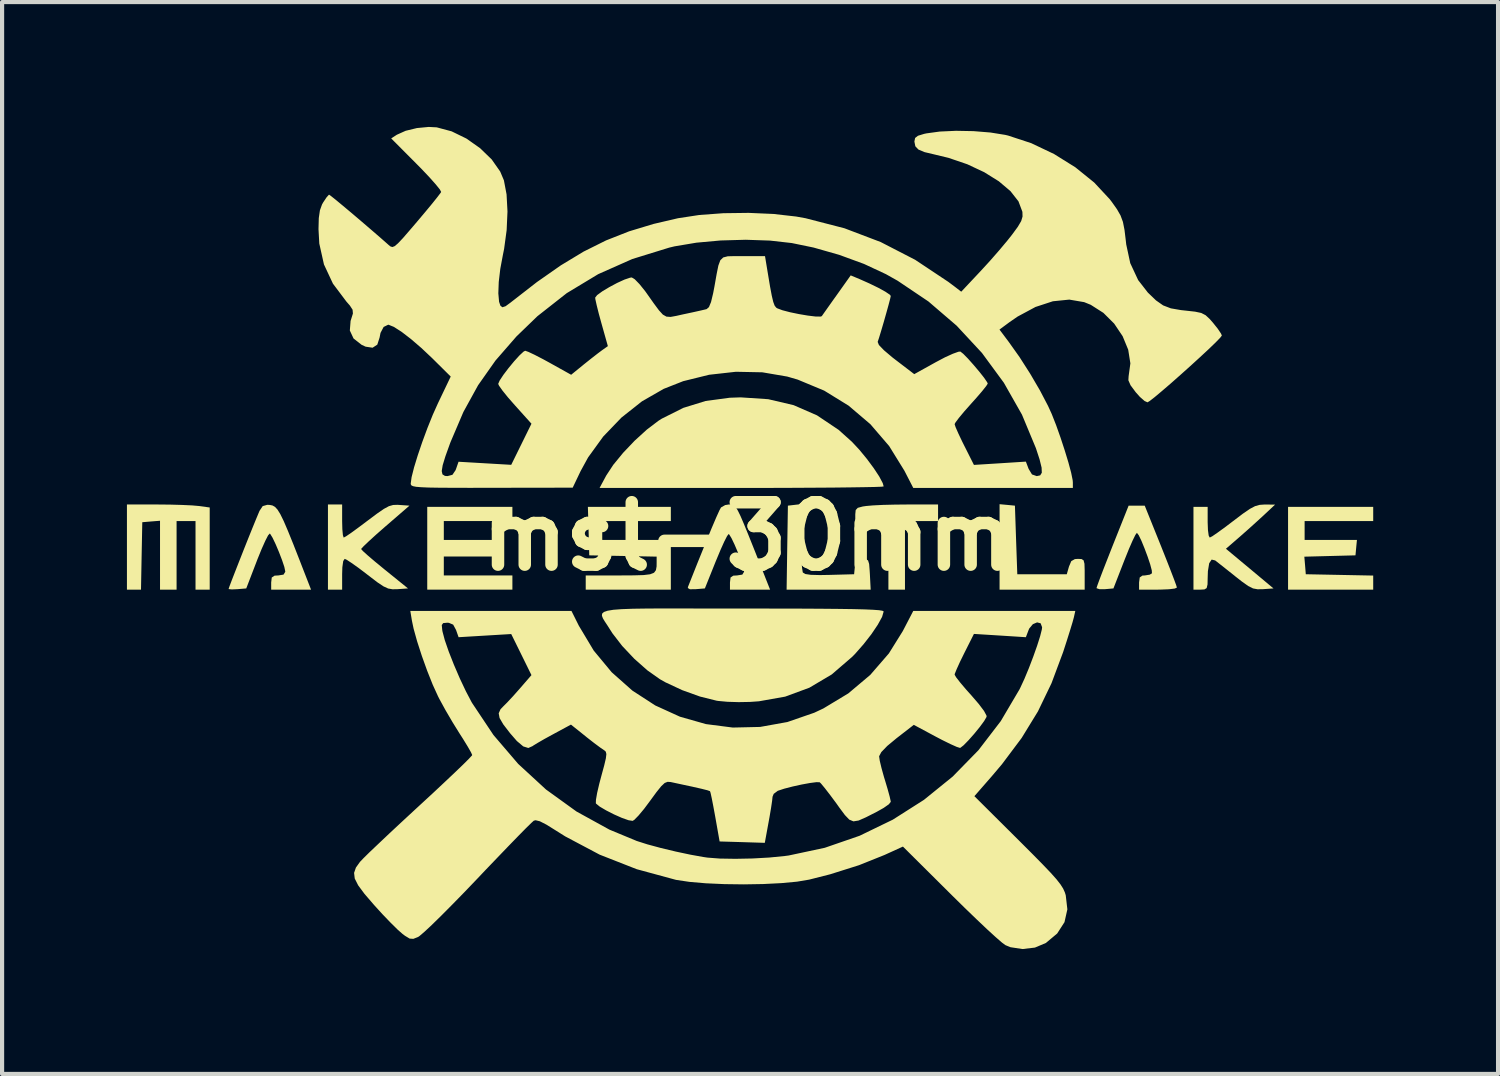
<source format=kicad_pcb>
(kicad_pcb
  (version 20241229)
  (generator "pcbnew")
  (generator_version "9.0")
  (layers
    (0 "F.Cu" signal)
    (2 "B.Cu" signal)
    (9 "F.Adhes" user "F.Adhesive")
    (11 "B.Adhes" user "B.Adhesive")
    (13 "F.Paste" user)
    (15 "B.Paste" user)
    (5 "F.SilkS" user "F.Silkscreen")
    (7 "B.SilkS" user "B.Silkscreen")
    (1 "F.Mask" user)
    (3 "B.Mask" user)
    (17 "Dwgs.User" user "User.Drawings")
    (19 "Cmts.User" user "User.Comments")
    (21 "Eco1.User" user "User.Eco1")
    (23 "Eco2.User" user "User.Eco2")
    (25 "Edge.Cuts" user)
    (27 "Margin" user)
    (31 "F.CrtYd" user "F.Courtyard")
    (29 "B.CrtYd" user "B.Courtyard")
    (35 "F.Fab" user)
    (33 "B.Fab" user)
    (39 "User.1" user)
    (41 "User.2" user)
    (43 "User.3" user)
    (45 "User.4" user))
  (footprint "msl-30mm"
    (layer "F.Cu")
    (at 14.916 9.839)
    (property "Reference" "msl-30mm" (at 0 0 0) (layer "F.SilkS") (effects (font (size 1.5 1.5) (thickness 0.3))))
    (attr board_only exclude_from_pos_files exclude_from_bom)
    (fp_poly (pts (xy 6.236 -0.757) (xy 6.421 -0.739) (xy 6.449 0.085) (xy 6.478 0.909) (xy 7.072 0.909) (xy 7.667 0.909) (xy 7.72 0.724) (xy 7.775 0.594) (xy 7.862 0.545) (xy 7.935 0.54) (xy 8.022 0.544) (xy 8.071 0.575) (xy 8.092 0.657) (xy 8.097 0.817) (xy 8.097 0.909) (xy 8.097 1.279) (xy 7.074 1.279) (xy 6.052 1.279) (xy 6.052 0.252) (xy 6.052 -0.774)) (stroke (width 0) (type solid)) (fill yes) (layer "F.SilkS"))
    (fp_poly (pts (xy 4.574 -0.568) (xy 4.574 -0.369) (xy 4.177 -0.369) (xy 3.779 -0.369) (xy 3.779 0.455) (xy 3.779 1.279) (xy 3.58 1.279) (xy 3.381 1.279) (xy 3.381 0.455) (xy 3.381 -0.369) (xy 2.983 -0.369) (xy 2.585 -0.369) (xy 2.585 -0.532) (xy 2.595 -0.633) (xy 2.645 -0.687) (xy 2.765 -0.719) (xy 2.849 -0.731) (xy 3.009 -0.745) (xy 3.25 -0.757) (xy 3.54 -0.764) (xy 3.844 -0.767) (xy 4.574 -0.767)) (stroke (width 0) (type solid)) (fill yes) (layer "F.SilkS"))
    (fp_poly (pts (xy -5.654 -0.54) (xy -5.654 -0.369) (xy -6.478 -0.369) (xy -7.302 -0.369) (xy -7.302 -0.142) (xy -7.302 0.085) (xy -6.705 0.085) (xy -6.109 0.085) (xy -6.109 0.284) (xy -6.109 0.483) (xy -6.705 0.483) (xy -7.302 0.483) (xy -7.302 0.71) (xy -7.302 0.938) (xy -6.478 0.938) (xy -5.654 0.938) (xy -5.654 1.108) (xy -5.654 1.279) (xy -6.677 1.279) (xy -7.7 1.279) (xy -7.7 0.284) (xy -7.7 -0.71) (xy -6.677 -0.71) (xy -5.654 -0.71)) (stroke (width 0) (type solid)) (fill yes) (layer "F.SilkS"))
    (fp_poly (pts (xy 15.03 -0.54) (xy 15.03 -0.369) (xy 14.206 -0.369) (xy 13.382 -0.369) (xy 13.382 -0.142) (xy 13.382 0.085) (xy 14.011 0.085) (xy 14.639 0.085) (xy 14.621 0.27) (xy 14.604 0.455) (xy 13.989 0.471) (xy 13.375 0.487) (xy 13.393 0.698) (xy 13.41 0.909) (xy 14.22 0.925) (xy 15.03 0.941) (xy 15.03 1.11) (xy 15.03 1.279) (xy 14.007 1.279) (xy 12.984 1.279) (xy 12.984 0.284) (xy 12.984 -0.71) (xy 14.007 -0.71) (xy 15.03 -0.71)) (stroke (width 0) (type solid)) (fill yes) (layer "F.SilkS"))
    (fp_poly (pts (xy 1.279 0.01) (xy 1.283 0.302) (xy 1.292 0.556) (xy 1.305 0.748) (xy 1.322 0.857) (xy 1.327 0.869) (xy 1.385 0.904) (xy 1.515 0.923) (xy 1.733 0.929) (xy 1.965 0.925) (xy 2.557 0.909) (xy 2.575 0.724) (xy 2.601 0.596) (xy 2.667 0.546) (xy 2.755 0.54) (xy 2.842 0.545) (xy 2.892 0.578) (xy 2.918 0.663) (xy 2.931 0.828) (xy 2.936 0.909) (xy 2.955 1.279) (xy 1.945 1.279) (xy 0.935 1.279) (xy 0.95 0.27) (xy 0.966 -0.739) (xy 1.122 -0.757) (xy 1.279 -0.775)) (stroke (width 0) (type solid)) (fill yes) (layer "F.SilkS"))
    (fp_poly (pts (xy -13.881 -0.764) (xy -13.591 -0.756) (xy -13.35 -0.745) (xy -13.191 -0.731) (xy -12.927 -0.695) (xy -12.927 0.292) (xy -12.927 1.279) (xy -13.098 1.279) (xy -13.268 1.279) (xy -13.268 0.455) (xy -13.268 -0.369) (xy -13.496 -0.369) (xy -13.723 -0.369) (xy -13.723 0.455) (xy -13.723 1.279) (xy -13.922 1.279) (xy -14.121 1.279) (xy -14.121 0.451) (xy -14.121 -0.376) (xy -14.334 -0.359) (xy -14.547 -0.341) (xy -14.563 0.469) (xy -14.578 1.279) (xy -14.747 1.279) (xy -14.916 1.279) (xy -14.916 0.256) (xy -14.916 -0.767) (xy -14.185 -0.767)) (stroke (width 0) (type solid)) (fill yes) (layer "F.SilkS"))
    (fp_poly (pts (xy -1.847 -0.54) (xy -1.847 -0.369) (xy -2.671 -0.369) (xy -3.495 -0.369) (xy -3.495 -0.142) (xy -3.495 0.085) (xy -2.671 0.085) (xy -1.847 0.085) (xy -1.847 0.682) (xy -1.847 1.279) (xy -2.87 1.279) (xy -3.892 1.279) (xy -3.892 1.108) (xy -3.892 0.938) (xy -3.075 0.938) (xy -2.74 0.936) (xy -2.502 0.929) (xy -2.345 0.91) (xy -2.251 0.873) (xy -2.205 0.811) (xy -2.189 0.72) (xy -2.188 0.622) (xy -2.188 0.486) (xy -2.997 0.47) (xy -3.807 0.455) (xy -3.823 -0.128) (xy -3.84 -0.71) (xy -2.843 -0.71) (xy -1.847 -0.71)) (stroke (width 0) (type solid)) (fill yes) (layer "F.SilkS"))
    (fp_poly (pts (xy 0.493 -3.297) (xy 1.103 -3.154) (xy 1.665 -2.909) (xy 2.184 -2.561) (xy 2.504 -2.274) (xy 2.684 -2.081) (xy 2.864 -1.862) (xy 3.028 -1.641) (xy 3.161 -1.439) (xy 3.245 -1.28) (xy 3.267 -1.201) (xy 3.212 -1.194) (xy 3.053 -1.188) (xy 2.8 -1.183) (xy 2.463 -1.178) (xy 2.051 -1.173) (xy 1.575 -1.17) (xy 1.044 -1.167) (xy 0.468 -1.165) (xy -0.143 -1.165) (xy -0.146 -1.165) (xy -3.559 -1.165) (xy -3.399 -1.463) (xy -3.23 -1.72) (xy -2.993 -2.009) (xy -2.715 -2.301) (xy -2.424 -2.566) (xy -2.148 -2.776) (xy -2.065 -2.829) (xy -1.546 -3.089) (xy -1.011 -3.254) (xy -0.432 -3.332) (xy -0.17 -3.341)) (stroke (width 0) (type solid)) (fill yes) (layer "F.SilkS"))
    (fp_poly (pts (xy 9.927 0.222) (xy 10.05 0.531) (xy 10.157 0.804) (xy 10.241 1.023) (xy 10.296 1.172) (xy 10.313 1.23) (xy 10.261 1.253) (xy 10.122 1.27) (xy 9.923 1.278) (xy 9.859 1.279) (xy 9.404 1.279) (xy 9.404 1.108) (xy 9.42 0.986) (xy 9.485 0.941) (xy 9.543 0.938) (xy 9.662 0.919) (xy 9.714 0.886) (xy 9.709 0.814) (xy 9.671 0.67) (xy 9.609 0.485) (xy 9.535 0.287) (xy 9.461 0.106) (xy 9.396 -0.028) (xy 9.353 -0.085) (xy 9.351 -0.085) (xy 9.315 -0.035) (xy 9.248 0.101) (xy 9.16 0.303) (xy 9.06 0.552) (xy 9.048 0.582) (xy 8.788 1.25) (xy 8.585 1.268) (xy 8.452 1.268) (xy 8.385 1.246) (xy 8.382 1.239) (xy 8.403 1.174) (xy 8.459 1.021) (xy 8.544 0.798) (xy 8.652 0.522) (xy 8.768 0.227) (xy 9.153 -0.739) (xy 9.346 -0.739) (xy 9.54 -0.739)) (stroke (width 0) (type solid)) (fill yes) (layer "F.SilkS"))
    (fp_poly (pts (xy 12.425 -0.766) (xy 12.672 -0.764) (xy 12.416 -0.524) (xy 12.237 -0.36) (xy 12.021 -0.165) (xy 11.826 0.007) (xy 11.491 0.297) (xy 12.063 0.773) (xy 12.634 1.25) (xy 12.379 1.268) (xy 12.25 1.27) (xy 12.142 1.25) (xy 12.027 1.192) (xy 11.874 1.084) (xy 11.716 0.96) (xy 11.527 0.809) (xy 11.365 0.681) (xy 11.257 0.596) (xy 11.232 0.577) (xy 11.148 0.557) (xy 11.089 0.645) (xy 11.058 0.835) (xy 11.053 0.98) (xy 11.049 1.154) (xy 11.028 1.242) (xy 10.974 1.274) (xy 10.882 1.279) (xy 10.711 1.279) (xy 10.711 0.284) (xy 10.711 -0.71) (xy 10.882 -0.71) (xy 11.052 -0.71) (xy 11.052 -0.341) (xy 11.059 -0.153) (xy 11.077 -0.02) (xy 11.102 0.028) (xy 11.164 -0.004) (xy 11.295 -0.094) (xy 11.476 -0.226) (xy 11.665 -0.369) (xy 11.897 -0.545) (xy 12.064 -0.66) (xy 12.191 -0.727) (xy 12.301 -0.758) (xy 12.418 -0.766)) (stroke (width 0) (type solid)) (fill yes) (layer "F.SilkS"))
    (fp_poly (pts (xy -0.364 -0.764) (xy -0.325 -0.744) (xy -0.284 -0.699) (xy -0.235 -0.617) (xy -0.172 -0.488) (xy -0.092 -0.301) (xy 0.012 -0.047) (xy 0.145 0.285) (xy 0.312 0.706) (xy 0.431 1.009) (xy 0.538 1.279) (xy 0.056 1.279) (xy -0.426 1.279) (xy -0.426 1.108) (xy -0.412 0.987) (xy -0.346 0.943) (xy -0.256 0.938) (xy -0.129 0.918) (xy -0.088 0.851) (xy -0.088 0.838) (xy -0.11 0.734) (xy -0.163 0.572) (xy -0.236 0.384) (xy -0.315 0.198) (xy -0.388 0.045) (xy -0.443 -0.045) (xy -0.459 -0.057) (xy -0.496 -0.007) (xy -0.565 0.128) (xy -0.655 0.329) (xy -0.758 0.576) (xy -0.767 0.597) (xy -1.029 1.25) (xy -1.247 1.268) (xy -1.389 1.27) (xy -1.439 1.24) (xy -1.434 1.211) (xy -1.212 0.652) (xy -1.023 0.185) (xy -0.871 -0.187) (xy -0.755 -0.459) (xy -0.677 -0.631) (xy -0.641 -0.696) (xy -0.541 -0.753) (xy -0.455 -0.767) (xy -0.405 -0.768)) (stroke (width 0) (type solid)) (fill yes) (layer "F.SilkS"))
    (fp_poly (pts (xy -11.482 -0.756) (xy -11.418 -0.743) (xy -11.358 -0.709) (xy -11.298 -0.644) (xy -11.23 -0.534) (xy -11.149 -0.369) (xy -11.049 -0.136) (xy -10.922 0.177) (xy -10.763 0.582) (xy -10.719 0.696) (xy -10.492 1.279) (xy -10.971 1.279) (xy -11.45 1.279) (xy -11.45 1.108) (xy -11.436 0.987) (xy -11.369 0.943) (xy -11.279 0.938) (xy -11.153 0.918) (xy -11.112 0.851) (xy -11.112 0.838) (xy -11.134 0.733) (xy -11.189 0.569) (xy -11.263 0.376) (xy -11.343 0.187) (xy -11.417 0.032) (xy -11.472 -0.058) (xy -11.485 -0.069) (xy -11.524 -0.025) (xy -11.591 0.105) (xy -11.68 0.304) (xy -11.78 0.55) (xy -11.792 0.582) (xy -12.049 1.25) (xy -12.261 1.268) (xy -12.397 1.274) (xy -12.469 1.266) (xy -12.473 1.262) (xy -12.453 1.202) (xy -12.399 1.059) (xy -12.318 0.851) (xy -12.22 0.601) (xy -12.113 0.329) (xy -12.004 0.055) (xy -11.902 -0.198) (xy -11.815 -0.411) (xy -11.752 -0.562) (xy -11.73 -0.614) (xy -11.654 -0.728) (xy -11.544 -0.759)) (stroke (width 0) (type solid)) (fill yes) (layer "F.SilkS"))
    (fp_poly (pts (xy -9.745 -0.369) (xy -9.74 -0.173) (xy -9.727 -0.031) (xy -9.708 0.028) (xy -9.706 0.028) (xy -9.648 -0.004) (xy -9.519 -0.092) (xy -9.34 -0.223) (xy -9.14 -0.373) (xy -8.909 -0.546) (xy -8.744 -0.66) (xy -8.622 -0.726) (xy -8.52 -0.755) (xy -8.416 -0.759) (xy -8.37 -0.756) (xy -8.127 -0.739) (xy -8.709 -0.236) (xy -8.922 -0.049) (xy -9.099 0.112) (xy -9.226 0.233) (xy -9.286 0.298) (xy -9.288 0.304) (xy -9.246 0.352) (xy -9.131 0.456) (xy -8.961 0.601) (xy -8.753 0.772) (xy -8.724 0.796) (xy -8.162 1.25) (xy -8.416 1.268) (xy -8.536 1.27) (xy -8.639 1.252) (xy -8.75 1.201) (xy -8.895 1.105) (xy -9.097 0.951) (xy -9.147 0.912) (xy -9.348 0.759) (xy -9.52 0.637) (xy -9.64 0.559) (xy -9.684 0.54) (xy -9.719 0.593) (xy -9.74 0.742) (xy -9.745 0.909) (xy -9.745 1.279) (xy -9.916 1.279) (xy -10.086 1.279) (xy -10.086 0.256) (xy -10.086 -0.767) (xy -9.916 -0.767) (xy -9.745 -0.767)) (stroke (width 0) (type solid)) (fill yes) (layer "F.SilkS"))
    (fp_poly (pts (xy -1.471 1.732) (xy -0.855 1.733) (xy -0.148 1.733) (xy 0.588 1.734) (xy 1.218 1.735) (xy 1.748 1.738) (xy 2.186 1.742) (xy 2.538 1.747) (xy 2.812 1.754) (xy 3.015 1.763) (xy 3.153 1.773) (xy 3.235 1.786) (xy 3.266 1.801) (xy 3.267 1.804) (xy 3.229 1.934) (xy 3.125 2.123) (xy 2.972 2.35) (xy 2.783 2.592) (xy 2.575 2.828) (xy 2.51 2.894) (xy 2.019 3.317) (xy 1.483 3.635) (xy 0.901 3.85) (xy 0.269 3.962) (xy 0.057 3.977) (xy -0.216 3.982) (xy -0.486 3.974) (xy -0.704 3.954) (xy -0.746 3.948) (xy -1.146 3.848) (xy -1.574 3.694) (xy -1.975 3.507) (xy -2.11 3.431) (xy -2.411 3.218) (xy -2.724 2.941) (xy -3.015 2.633) (xy -3.249 2.33) (xy -3.307 2.239) (xy -3.374 2.134) (xy -3.434 2.044) (xy -3.479 1.969) (xy -3.503 1.906) (xy -3.498 1.856) (xy -3.455 1.816) (xy -3.367 1.786) (xy -3.227 1.763) (xy -3.027 1.748) (xy -2.759 1.738) (xy -2.415 1.733) (xy -1.989 1.731)) (stroke (width 0) (type solid)) (fill yes) (layer "F.SilkS"))
    (fp_poly (pts (xy -4.058 2.145) (xy -3.7 2.743) (xy -3.268 3.264) (xy -2.771 3.705) (xy -2.221 4.062) (xy -1.628 4.332) (xy -1.003 4.51) (xy -0.358 4.593) (xy 0.298 4.578) (xy 0.954 4.46) (xy 1.599 4.237) (xy 1.818 4.134) (xy 2.418 3.772) (xy 2.945 3.328) (xy 3.392 2.812) (xy 3.726 2.276) (xy 3.978 1.791) (xy 5.925 1.791) (xy 7.872 1.79) (xy 7.837 1.946) (xy 7.806 2.06) (xy 7.747 2.254) (xy 7.669 2.502) (xy 7.58 2.777) (xy 7.578 2.783) (xy 7.3 3.528) (xy 6.974 4.205) (xy 6.582 4.844) (xy 6.108 5.476) (xy 5.865 5.763) (xy 5.447 6.242) (xy 6.508 7.297) (xy 6.834 7.623) (xy 7.088 7.881) (xy 7.28 8.082) (xy 7.42 8.239) (xy 7.516 8.362) (xy 7.58 8.463) (xy 7.621 8.554) (xy 7.642 8.622) (xy 7.681 8.961) (xy 7.612 9.269) (xy 7.436 9.542) (xy 7.165 9.769) (xy 6.902 9.88) (xy 6.603 9.915) (xy 6.314 9.871) (xy 6.194 9.822) (xy 6.11 9.76) (xy 5.958 9.628) (xy 5.75 9.438) (xy 5.499 9.2) (xy 5.216 8.927) (xy 4.914 8.63) (xy 4.877 8.593) (xy 3.73 7.453) (xy 3.286 7.655) (xy 2.675 7.9) (xy 1.981 8.119) (xy 1.477 8.247) (xy 1.186 8.296) (xy 0.809 8.331) (xy 0.374 8.353) (xy -0.092 8.361) (xy -0.561 8.355) (xy -1.007 8.335) (xy -1.4 8.301) (xy -1.715 8.254) (xy -1.733 8.25) (xy -2.668 7.996) (xy -3.557 7.647) (xy -4.385 7.208) (xy -4.6 7.073) (xy -4.834 6.927) (xy -4.994 6.845) (xy -5.096 6.82) (xy -5.14 6.831) (xy -5.199 6.885) (xy -5.327 7.01) (xy -5.512 7.198) (xy -5.745 7.438) (xy -6.015 7.719) (xy -6.314 8.031) (xy -6.488 8.215) (xy -6.801 8.542) (xy -7.097 8.845) (xy -7.364 9.114) (xy -7.592 9.337) (xy -7.77 9.503) (xy -7.887 9.603) (xy -7.92 9.625) (xy -8.034 9.67) (xy -8.123 9.664) (xy -8.234 9.597) (xy -8.294 9.552) (xy -8.411 9.449) (xy -8.579 9.283) (xy -8.777 9.077) (xy -8.978 8.856) (xy -9.208 8.589) (xy -9.36 8.384) (xy -9.442 8.221) (xy -9.458 8.085) (xy -9.414 7.957) (xy -9.316 7.82) (xy -9.313 7.817) (xy -9.234 7.734) (xy -9.084 7.586) (xy -8.872 7.385) (xy -8.613 7.14) (xy -8.317 6.864) (xy -7.996 6.567) (xy -7.893 6.472) (xy -7.575 6.179) (xy -7.287 5.909) (xy -7.037 5.673) (xy -6.837 5.481) (xy -6.697 5.341) (xy -6.626 5.264) (xy -6.62 5.253) (xy -6.649 5.187) (xy -6.728 5.049) (xy -6.842 4.863) (xy -6.926 4.732) (xy -7.091 4.466) (xy -7.262 4.174) (xy -7.408 3.907) (xy -7.442 3.84) (xy -7.568 3.564) (xy -7.701 3.23) (xy -7.83 2.871) (xy -7.943 2.522) (xy -8.028 2.216) (xy -8.046 2.13) (xy -7.351 2.13) (xy -7.34 2.248) (xy -7.333 2.287) (xy -7.279 2.491) (xy -7.184 2.766) (xy -7.06 3.081) (xy -6.919 3.409) (xy -6.773 3.718) (xy -6.636 3.979) (xy -6.62 4.006) (xy -6.109 4.772) (xy -5.515 5.466) (xy -4.847 6.081) (xy -4.114 6.61) (xy -3.322 7.046) (xy -2.666 7.318) (xy -2.412 7.399) (xy -2.086 7.487) (xy -1.727 7.573) (xy -1.374 7.648) (xy -1.068 7.703) (xy -0.966 7.718) (xy -0.668 7.741) (xy -0.295 7.747) (xy 0.114 7.739) (xy 0.521 7.716) (xy 0.887 7.68) (xy 0.985 7.667) (xy 1.852 7.482) (xy 2.689 7.193) (xy 3.487 6.806) (xy 4.235 6.33) (xy 4.924 5.772) (xy 5.543 5.139) (xy 6.081 4.438) (xy 6.53 3.677) (xy 6.55 3.637) (xy 6.65 3.421) (xy 6.757 3.163) (xy 6.862 2.888) (xy 6.955 2.625) (xy 7.027 2.398) (xy 7.068 2.235) (xy 7.074 2.183) (xy 7.039 2.088) (xy 6.954 2.066) (xy 6.852 2.109) (xy 6.766 2.212) (xy 6.75 2.248) (xy 6.684 2.422) (xy 6.06 2.382) (xy 5.436 2.343) (xy 5.204 2.804) (xy 5.101 3.014) (xy 5.022 3.188) (xy 4.977 3.299) (xy 4.972 3.322) (xy 5.008 3.385) (xy 5.106 3.511) (xy 5.249 3.68) (xy 5.372 3.817) (xy 5.552 4.026) (xy 5.678 4.193) (xy 5.738 4.305) (xy 5.74 4.336) (xy 5.682 4.436) (xy 5.576 4.58) (xy 5.444 4.742) (xy 5.307 4.897) (xy 5.189 5.018) (xy 5.111 5.079) (xy 5.101 5.082) (xy 5.024 5.058) (xy 4.872 4.99) (xy 4.669 4.89) (xy 4.511 4.807) (xy 3.991 4.528) (xy 3.576 4.85) (xy 3.353 5.035) (xy 3.211 5.182) (xy 3.158 5.282) (xy 3.158 5.285) (xy 3.173 5.39) (xy 3.216 5.57) (xy 3.277 5.789) (xy 3.297 5.853) (xy 3.362 6.071) (xy 3.411 6.25) (xy 3.436 6.362) (xy 3.438 6.378) (xy 3.391 6.437) (xy 3.267 6.524) (xy 3.093 6.622) (xy 3.092 6.622) (xy 2.84 6.75) (xy 2.665 6.827) (xy 2.541 6.847) (xy 2.44 6.805) (xy 2.335 6.695) (xy 2.199 6.512) (xy 2.134 6.42) (xy 1.984 6.218) (xy 1.855 6.051) (xy 1.764 5.941) (xy 1.731 5.908) (xy 1.653 5.905) (xy 1.498 5.925) (xy 1.295 5.962) (xy 1.078 6.01) (xy 0.877 6.062) (xy 0.725 6.112) (xy 0.724 6.112) (xy 0.625 6.186) (xy 0.597 6.255) (xy 0.587 6.351) (xy 0.561 6.526) (xy 0.523 6.751) (xy 0.504 6.855) (xy 0.411 7.363) (xy -0.132 7.346) (xy -0.675 7.33) (xy -0.78 6.736) (xy -0.825 6.491) (xy -0.864 6.291) (xy -0.893 6.16) (xy -0.906 6.122) (xy -0.967 6.1) (xy -1.11 6.064) (xy -1.304 6.02) (xy -1.315 6.017) (xy -1.536 5.97) (xy -1.731 5.928) (xy -1.852 5.902) (xy -1.925 5.897) (xy -1.995 5.925) (xy -2.079 6.004) (xy -2.194 6.147) (xy -2.338 6.344) (xy -2.488 6.545) (xy -2.623 6.707) (xy -2.724 6.81) (xy -2.765 6.835) (xy -2.863 6.82) (xy -3.024 6.763) (xy -3.214 6.679) (xy -3.402 6.583) (xy -3.555 6.493) (xy -3.642 6.422) (xy -3.649 6.41) (xy -3.646 6.326) (xy -3.617 6.16) (xy -3.565 5.938) (xy -3.518 5.761) (xy -3.448 5.503) (xy -3.408 5.333) (xy -3.396 5.23) (xy -3.41 5.172) (xy -3.448 5.138) (xy -3.454 5.135) (xy -3.543 5.074) (xy -3.691 4.964) (xy -3.868 4.826) (xy -3.898 4.801) (xy -4.247 4.522) (xy -4.68 4.756) (xy -4.883 4.867) (xy -5.049 4.963) (xy -5.152 5.026) (xy -5.168 5.038) (xy -5.271 5.084) (xy -5.393 5.046) (xy -5.546 4.917) (xy -5.708 4.731) (xy -5.872 4.518) (xy -5.962 4.364) (xy -5.983 4.25) (xy -5.94 4.154) (xy -5.875 4.086) (xy -5.778 3.989) (xy -5.637 3.838) (xy -5.483 3.664) (xy -5.475 3.655) (xy -5.196 3.333) (xy -5.439 2.839) (xy -5.682 2.346) (xy -6.315 2.384) (xy -6.947 2.422) (xy -7.008 2.248) (xy -7.077 2.12) (xy -7.182 2.076) (xy -7.22 2.074) (xy -7.317 2.083) (xy -7.351 2.13) (xy -8.046 2.13) (xy -8.067 2.031) (xy -8.107 1.79) (xy -6.171 1.79) (xy -4.235 1.79)) (stroke (width 0) (type solid)) (fill yes) (layer "F.SilkS"))
    (fp_poly (pts (xy -7.472 -9.829) (xy -7.114 -9.733) (xy -6.759 -9.56) (xy -6.431 -9.329) (xy -6.152 -9.059) (xy -5.947 -8.767) (xy -5.858 -8.556) (xy -5.794 -8.218) (xy -5.772 -7.808) (xy -5.792 -7.36) (xy -5.853 -6.909) (xy -5.882 -6.765) (xy -5.945 -6.428) (xy -5.982 -6.112) (xy -5.992 -5.841) (xy -5.974 -5.638) (xy -5.942 -5.544) (xy -5.894 -5.506) (xy -5.818 -5.531) (xy -5.687 -5.627) (xy -5.684 -5.63) (xy -5.064 -6.112) (xy -4.49 -6.513) (xy -3.944 -6.843) (xy -3.404 -7.112) (xy -2.851 -7.33) (xy -2.263 -7.508) (xy -1.676 -7.645) (xy -1.165 -7.723) (xy -0.585 -7.766) (xy 0.022 -7.774) (xy 0.619 -7.748) (xy 1.165 -7.686) (xy 1.392 -7.645) (xy 2.325 -7.404) (xy 3.196 -7.073) (xy 4.023 -6.647) (xy 4.821 -6.116) (xy 4.981 -5.996) (xy 5.131 -5.88) (xy 5.599 -6.378) (xy 5.819 -6.618) (xy 6.043 -6.874) (xy 6.24 -7.109) (xy 6.348 -7.245) (xy 6.491 -7.44) (xy 6.572 -7.578) (xy 6.604 -7.686) (xy 6.601 -7.794) (xy 6.599 -7.804) (xy 6.506 -8.051) (xy 6.313 -8.297) (xy 6.034 -8.533) (xy 5.684 -8.751) (xy 5.277 -8.942) (xy 4.825 -9.096) (xy 4.489 -9.177) (xy 4.249 -9.234) (xy 4.102 -9.296) (xy 4.028 -9.374) (xy 4.006 -9.484) (xy 4.006 -9.492) (xy 4.023 -9.574) (xy 4.091 -9.627) (xy 4.238 -9.672) (xy 4.293 -9.684) (xy 4.615 -9.728) (xy 5.006 -9.746) (xy 5.426 -9.738) (xy 5.833 -9.705) (xy 6.188 -9.648) (xy 6.256 -9.632) (xy 6.813 -9.449) (xy 7.36 -9.189) (xy 7.873 -8.869) (xy 8.326 -8.503) (xy 8.695 -8.107) (xy 8.749 -8.037) (xy 8.874 -7.86) (xy 8.959 -7.711) (xy 9.016 -7.557) (xy 9.054 -7.365) (xy 9.086 -7.101) (xy 9.095 -7.018) (xy 9.192 -6.566) (xy 9.382 -6.159) (xy 9.615 -5.859) (xy 9.811 -5.671) (xy 9.982 -5.551) (xy 10.167 -5.48) (xy 10.409 -5.438) (xy 10.528 -5.425) (xy 10.752 -5.4) (xy 10.898 -5.369) (xy 11.003 -5.315) (xy 11.101 -5.224) (xy 11.179 -5.135) (xy 11.295 -4.99) (xy 11.373 -4.874) (xy 11.393 -4.826) (xy 11.352 -4.772) (xy 11.241 -4.658) (xy 11.074 -4.497) (xy 10.867 -4.305) (xy 10.636 -4.094) (xy 10.396 -3.879) (xy 10.163 -3.673) (xy 9.951 -3.491) (xy 9.777 -3.345) (xy 9.655 -3.251) (xy 9.607 -3.222) (xy 9.535 -3.254) (xy 9.423 -3.353) (xy 9.324 -3.464) (xy 9.199 -3.632) (xy 9.147 -3.752) (xy 9.153 -3.85) (xy 9.195 -4.158) (xy 9.143 -4.486) (xy 9.009 -4.811) (xy 8.806 -5.113) (xy 8.547 -5.371) (xy 8.243 -5.565) (xy 8.085 -5.629) (xy 7.727 -5.69) (xy 7.333 -5.65) (xy 6.915 -5.513) (xy 6.485 -5.282) (xy 6.292 -5.149) (xy 6.05 -4.97) (xy 6.273 -4.673) (xy 6.531 -4.31) (xy 6.787 -3.91) (xy 7.022 -3.508) (xy 7.216 -3.137) (xy 7.306 -2.94) (xy 7.411 -2.673) (xy 7.517 -2.374) (xy 7.618 -2.066) (xy 7.706 -1.777) (xy 7.772 -1.531) (xy 7.808 -1.353) (xy 7.813 -1.298) (xy 7.813 -1.165) (xy 5.895 -1.165) (xy 3.978 -1.165) (xy 3.765 -1.579) (xy 3.399 -2.171) (xy 2.948 -2.696) (xy 2.424 -3.142) (xy 1.838 -3.503) (xy 1.201 -3.768) (xy 0.949 -3.841) (xy 0.352 -3.943) (xy -0.283 -3.956) (xy -0.927 -3.884) (xy -1.55 -3.73) (xy -2.017 -3.546) (xy -2.54 -3.246) (xy -3.033 -2.856) (xy -3.472 -2.399) (xy -3.835 -1.898) (xy -4.015 -1.569) (xy -4.205 -1.171) (xy -6.151 -1.168) (xy -6.673 -1.167) (xy -7.092 -1.168) (xy -7.42 -1.17) (xy -7.667 -1.174) (xy -7.846 -1.182) (xy -7.967 -1.192) (xy -8.042 -1.207) (xy -8.081 -1.226) (xy -8.095 -1.251) (xy -8.097 -1.271) (xy -8.076 -1.424) (xy -8.039 -1.57) (xy -7.352 -1.57) (xy -7.334 -1.49) (xy -7.275 -1.454) (xy -7.214 -1.449) (xy -7.095 -1.48) (xy -7.02 -1.59) (xy -7.008 -1.621) (xy -6.948 -1.794) (xy -6.315 -1.757) (xy -5.682 -1.72) (xy -5.439 -2.214) (xy -5.196 -2.708) (xy -5.595 -3.152) (xy -5.761 -3.341) (xy -5.893 -3.505) (xy -5.975 -3.621) (xy -5.995 -3.665) (xy -5.96 -3.746) (xy -5.871 -3.881) (xy -5.748 -4.043) (xy -5.612 -4.208) (xy -5.484 -4.349) (xy -5.386 -4.44) (xy -5.346 -4.461) (xy -5.27 -4.434) (xy -5.119 -4.363) (xy -4.918 -4.259) (xy -4.759 -4.172) (xy -4.242 -3.884) (xy -3.938 -4.132) (xy -3.76 -4.274) (xy -3.598 -4.4) (xy -3.496 -4.476) (xy -3.36 -4.572) (xy -3.512 -5.112) (xy -3.578 -5.352) (xy -3.629 -5.556) (xy -3.66 -5.697) (xy -3.665 -5.738) (xy -3.618 -5.798) (xy -3.495 -5.888) (xy -3.325 -5.99) (xy -3.138 -6.09) (xy -2.961 -6.171) (xy -2.825 -6.217) (xy -2.785 -6.222) (xy -2.714 -6.179) (xy -2.601 -6.063) (xy -2.467 -5.897) (xy -2.429 -5.844) (xy -2.256 -5.599) (xy -2.132 -5.432) (xy -2.038 -5.329) (xy -1.952 -5.281) (xy -1.853 -5.274) (xy -1.72 -5.298) (xy -1.533 -5.34) (xy -1.531 -5.34) (xy -1.307 -5.388) (xy -1.119 -5.43) (xy -1 -5.458) (xy -0.986 -5.462) (xy -0.931 -5.51) (xy -0.881 -5.632) (xy -0.83 -5.844) (xy -0.798 -6.011) (xy -0.746 -6.306) (xy -0.705 -6.508) (xy -0.658 -6.635) (xy -0.588 -6.703) (xy -0.479 -6.731) (xy -0.315 -6.735) (xy -0.115 -6.734) (xy 0.416 -6.734) (xy 0.484 -6.322) (xy 0.537 -6.004) (xy 0.579 -5.781) (xy 0.614 -5.635) (xy 0.647 -5.546) (xy 0.684 -5.498) (xy 0.712 -5.48) (xy 0.835 -5.434) (xy 1.019 -5.386) (xy 1.232 -5.342) (xy 1.445 -5.306) (xy 1.627 -5.284) (xy 1.749 -5.282) (xy 1.78 -5.292) (xy 1.828 -5.361) (xy 1.925 -5.498) (xy 2.056 -5.683) (xy 2.147 -5.81) (xy 2.475 -6.272) (xy 2.686 -6.184) (xy 2.922 -6.079) (xy 3.138 -5.974) (xy 3.31 -5.879) (xy 3.416 -5.807) (xy 3.438 -5.778) (xy 3.423 -5.709) (xy 3.384 -5.56) (xy 3.329 -5.362) (xy 3.267 -5.144) (xy 3.206 -4.937) (xy 3.155 -4.769) (xy 3.123 -4.674) (xy 3.153 -4.599) (xy 3.275 -4.472) (xy 3.482 -4.297) (xy 3.547 -4.247) (xy 4.002 -3.899) (xy 4.517 -4.185) (xy 4.738 -4.302) (xy 4.929 -4.389) (xy 5.063 -4.437) (xy 5.11 -4.442) (xy 5.18 -4.387) (xy 5.294 -4.271) (xy 5.43 -4.118) (xy 5.567 -3.956) (xy 5.682 -3.81) (xy 5.754 -3.704) (xy 5.768 -3.671) (xy 5.731 -3.613) (xy 5.634 -3.491) (xy 5.492 -3.326) (xy 5.37 -3.19) (xy 5.205 -3.004) (xy 5.073 -2.845) (xy 4.991 -2.735) (xy 4.972 -2.697) (xy 4.996 -2.623) (xy 5.061 -2.475) (xy 5.154 -2.279) (xy 5.204 -2.179) (xy 5.436 -1.718) (xy 6.06 -1.757) (xy 6.684 -1.797) (xy 6.75 -1.623) (xy 6.831 -1.489) (xy 6.945 -1.449) (xy 7.028 -1.467) (xy 7.067 -1.53) (xy 7.062 -1.653) (xy 7.013 -1.852) (xy 6.925 -2.121) (xy 6.59 -2.926) (xy 6.155 -3.692) (xy 5.629 -4.408) (xy 5.021 -5.063) (xy 4.343 -5.645) (xy 3.603 -6.143) (xy 3.322 -6.301) (xy 2.795 -6.547) (xy 2.2 -6.765) (xy 1.582 -6.941) (xy 1.059 -7.049) (xy 0.536 -7.108) (xy -0.046 -7.128) (xy -0.649 -7.111) (xy -1.231 -7.058) (xy -1.756 -6.97) (xy -1.886 -6.939) (xy -2.773 -6.665) (xy -3.591 -6.302) (xy -4.348 -5.845) (xy -5.053 -5.291) (xy -5.557 -4.804) (xy -6.06 -4.226) (xy -6.479 -3.631) (xy -6.832 -2.989) (xy -7.14 -2.267) (xy -7.153 -2.233) (xy -7.263 -1.927) (xy -7.329 -1.711) (xy -7.352 -1.57) (xy -8.039 -1.57) (xy -8.017 -1.658) (xy -7.928 -1.948) (xy -7.818 -2.272) (xy -7.695 -2.605) (xy -7.566 -2.925) (xy -7.443 -3.199) (xy -7.136 -3.841) (xy -7.583 -4.284) (xy -7.842 -4.528) (xy -8.092 -4.743) (xy -8.317 -4.916) (xy -8.501 -5.034) (xy -8.627 -5.085) (xy -8.64 -5.086) (xy -8.748 -5.033) (xy -8.823 -4.89) (xy -8.845 -4.779) (xy -8.9 -4.608) (xy -9.013 -4.534) (xy -9.181 -4.559) (xy -9.276 -4.603) (xy -9.471 -4.756) (xy -9.56 -4.947) (xy -9.542 -5.178) (xy -9.525 -5.231) (xy -9.486 -5.356) (xy -9.494 -5.447) (xy -9.559 -5.547) (xy -9.642 -5.642) (xy -9.966 -6.073) (xy -10.182 -6.535) (xy -10.294 -7.037) (xy -10.313 -7.382) (xy -10.306 -7.648) (xy -10.279 -7.835) (xy -10.228 -7.977) (xy -10.2 -8.026) (xy -10.121 -8.145) (xy -10.065 -8.208) (xy -10.058 -8.211) (xy -10.009 -8.176) (xy -9.89 -8.081) (xy -9.719 -7.939) (xy -9.51 -7.764) (xy -9.282 -7.57) (xy -9.05 -7.371) (xy -8.83 -7.181) (xy -8.639 -7.013) (xy -8.631 -7.005) (xy -8.583 -6.967) (xy -8.537 -6.953) (xy -8.481 -6.975) (xy -8.401 -7.044) (xy -8.283 -7.169) (xy -8.115 -7.363) (xy -7.949 -7.557) (xy -7.752 -7.791) (xy -7.582 -7.996) (xy -7.454 -8.156) (xy -7.379 -8.255) (xy -7.366 -8.277) (xy -7.397 -8.336) (xy -7.496 -8.459) (xy -7.649 -8.631) (xy -7.843 -8.836) (xy -7.956 -8.95) (xy -8.566 -9.563) (xy -8.431 -9.651) (xy -8.22 -9.746) (xy -7.948 -9.812) (xy -7.664 -9.839)) (stroke (width 0) (type solid)) (fill yes) (layer "F.SilkS")))
  (gr_rect
    (start -3 -3)
    (end 32.946 22.755)
    (stroke (width 0.1) (type default))
    (fill no)
    (layer "Edge.Cuts")))
</source>
